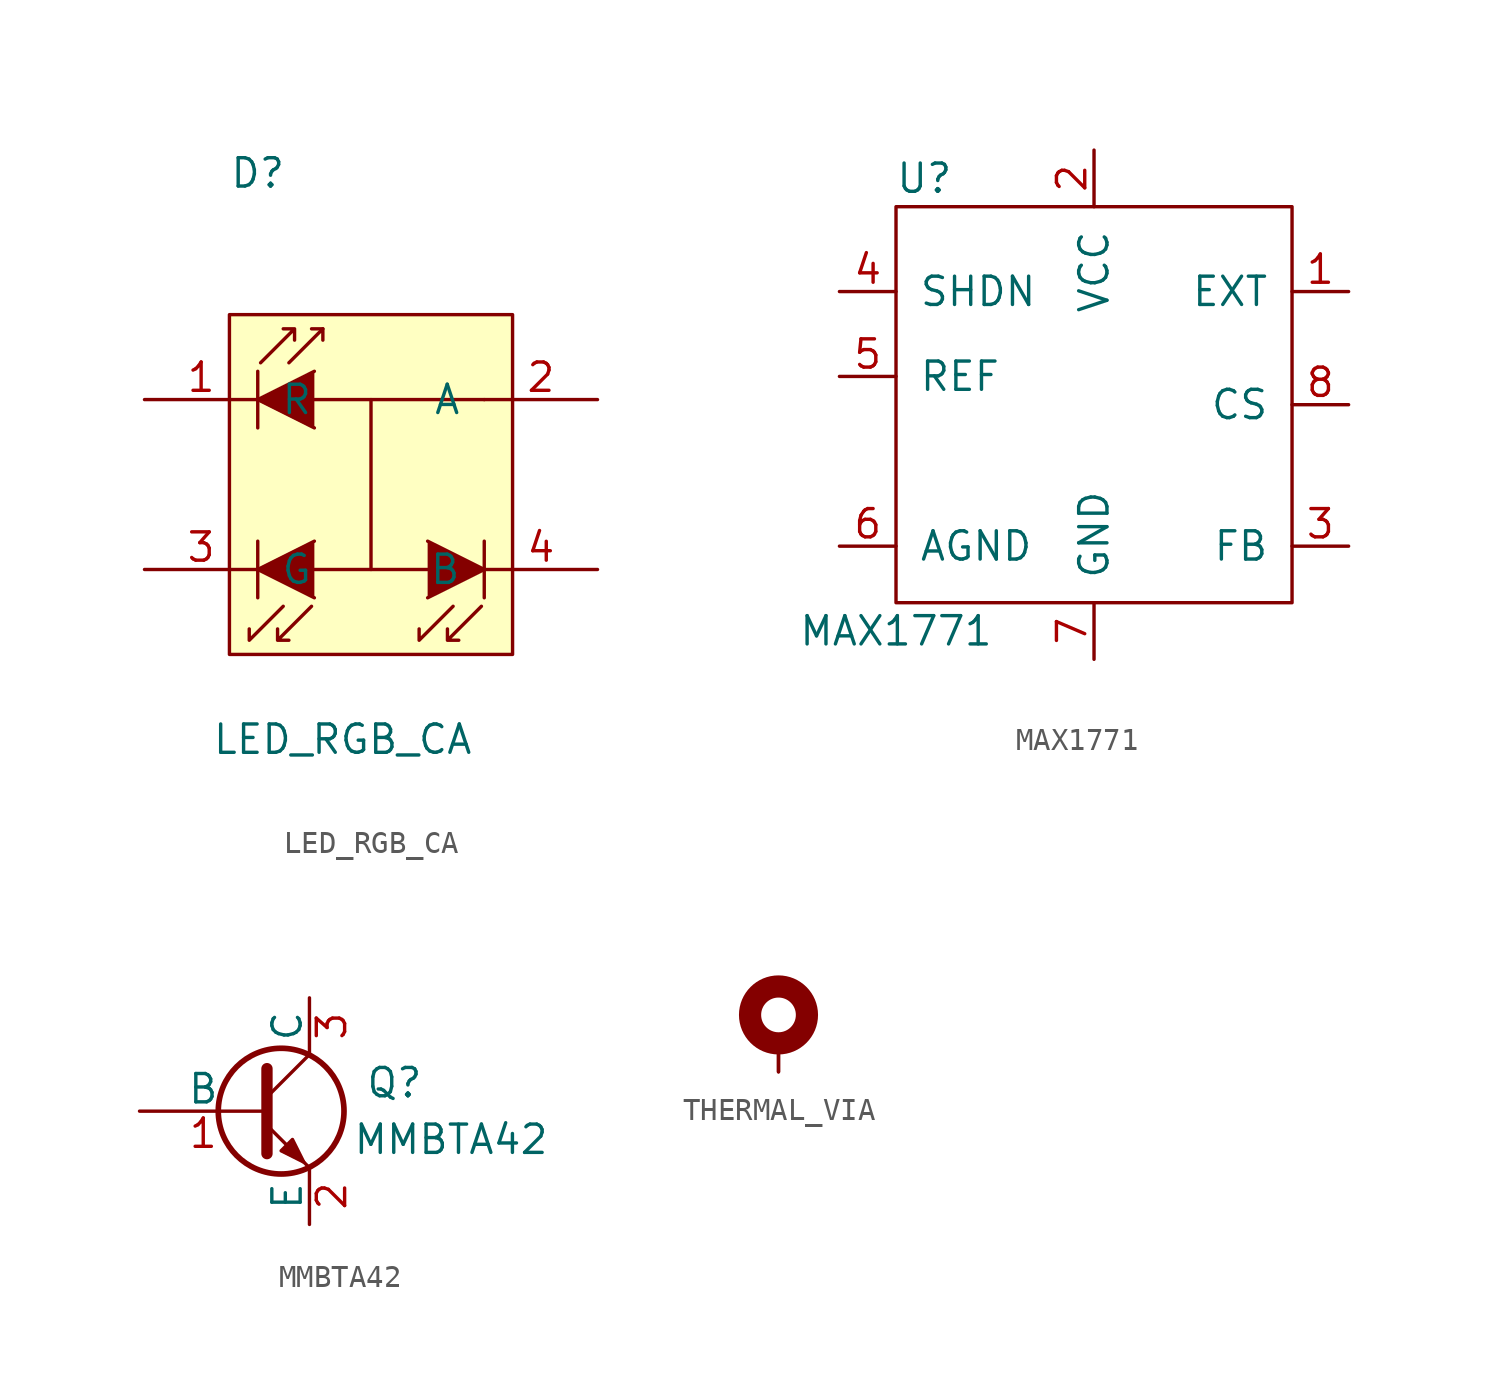
<source format=kicad_sym>
(kicad_symbol_lib
  (version 20211014)
  (generator kicad_symbol_editor)
  (symbol "LED_RGB_CA"
    (pin_names
      (offset 1.016))
    (property "Reference" "D"
      (at -5.08 13.97 0)
      (effects (font (size 1.27 1.27))))
    (property "Value" "LED_RGB_CA"
      (at -1.27 -11.43 0)
      (effects (font (size 1.27 1.27))))
    (symbol "LED_RGB_CA_0_1"
      (polyline (pts (xy 0 -3.81) (xy 0 3.81)) (stroke (width 0) (type default) (color 0 0 0 0)) (fill (type none)))
      (polyline (pts (xy 2.54 -3.81) (xy -2.54 -3.81)) (stroke (width 0) (type default) (color 0 0 0 0)) (fill (type none)))
      (polyline (pts (xy 5.08 3.81) (xy -2.54 3.81)) (stroke (width 0) (type default) (color 0 0 0 0)) (fill (type none)))
      (rectangle (start 6.35 -7.62) (end -6.35 7.62) (stroke (width 0) (type default) (color 0 0 0 0)) (fill (type background))))
    (symbol "LED_RGB_CA_1_1"
      (polyline (pts (xy -5.08 -5.08) (xy -5.08 -2.54)) (stroke (width 0.152) (type default) (color 0 0 0 0)) (fill (type none)))
      (polyline (pts (xy -5.08 5.08) (xy -5.08 2.54)) (stroke (width 0.152) (type default) (color 0 0 0 0)) (fill (type none)))
      (polyline (pts (xy -2.159 6.985) (xy -2.667 6.985)) (stroke (width 0) (type default) (color 0 0 0 0)) (fill (type none)))
      (polyline (pts (xy 5.08 -5.08) (xy 5.08 -2.54)) (stroke (width 0.152) (type default) (color 0 0 0 0)) (fill (type none)))
      (polyline (pts (xy -3.937 -5.461) (xy -5.461 -6.985) (xy -5.461 -6.477)) (stroke (width 0) (type default) (color 0 0 0 0)) (fill (type none)))
      (polyline (pts (xy -3.683 5.461) (xy -2.159 6.985) (xy -2.159 6.477)) (stroke (width 0) (type default) (color 0 0 0 0)) (fill (type none)))
      (polyline (pts (xy -2.54 -5.08) (xy -5.08 -3.81) (xy -2.54 -2.54)) (stroke (width 0) (type default) (color 0 0 0 0)) (fill (type outline)))
      (polyline (pts (xy -2.54 5.08) (xy -5.08 3.81) (xy -2.54 2.54)) (stroke (width 0) (type default) (color 0 0 0 0)) (fill (type outline)))
      (polyline (pts (xy 2.54 -5.08) (xy 5.08 -3.81) (xy 2.54 -2.54)) (stroke (width 0) (type default) (color 0 0 0 0)) (fill (type outline)))
      (polyline (pts (xy 3.683 -5.461) (xy 2.159 -6.985) (xy 2.159 -6.477)) (stroke (width 0) (type default) (color 0 0 0 0)) (fill (type none)))
      (polyline (pts (xy -4.953 5.461) (xy -3.429 6.985) (xy -3.429 6.477) (xy -3.429 6.985) (xy -3.937 6.985)) (stroke (width 0) (type default) (color 0 0 0 0)) (fill (type none)))
      (polyline (pts (xy -2.667 -5.461) (xy -4.191 -6.985) (xy -4.191 -6.477) (xy -4.191 -6.985) (xy -3.683 -6.985)) (stroke (width 0) (type default) (color 0 0 0 0)) (fill (type none)))
      (polyline (pts (xy 4.953 -5.461) (xy 3.429 -6.985) (xy 3.429 -6.477) (xy 3.429 -6.985) (xy 3.937 -6.985)) (stroke (width 0) (type default) (color 0 0 0 0)) (fill (type none)))
      (pin input line (at -10.16 3.81 0) (length 5.08) (name "R" (effects (font (size 1.27 1.27)))) (number "1" (effects (font (size 1.27 1.27)))))
      (pin input line (at 10.16 3.81 180) (length 5.08) (name "A" (effects (font (size 1.27 1.27)))) (number "2" (effects (font (size 1.27 1.27)))))
      (pin input line (at -10.16 -3.81 0) (length 5.08) (name "G" (effects (font (size 1.27 1.27)))) (number "3" (effects (font (size 1.27 1.27)))))
      (pin input line (at 10.16 -3.81 180) (length 5.08) (name "B" (effects (font (size 1.27 1.27)))) (number "4" (effects (font (size 1.27 1.27)))))))
  (symbol "MAX1771"
    (pin_names
      (offset 1.016))
    (property "Reference" "U"
      (at -7.62 10.16 0)
      (effects (font (size 1.27 1.27))))
    (property "Value" "MAX1771"
      (at -8.89 -10.16 0)
      (effects (font (size 1.27 1.27))))
    (symbol "MAX1771_0_1"
      (rectangle (start -8.89 8.89) (end 8.89 -8.89) (stroke (width 0) (type default) (color 0 0 0 0)) (fill (type none))))
    (symbol "MAX1771_1_1"
      (pin output line (at 11.43 5.08 180) (length 2.54) (name "EXT" (effects (font (size 1.27 1.27)))) (number "1" (effects (font (size 1.27 1.27)))))
      (pin power_in line (at 0 11.43 270) (length 2.54) (name "VCC" (effects (font (size 1.27 1.27)))) (number "2" (effects (font (size 1.27 1.27)))))
      (pin input line (at 11.43 -6.35 180) (length 2.54) (name "FB" (effects (font (size 1.27 1.27)))) (number "3" (effects (font (size 1.27 1.27)))))
      (pin input line (at -11.43 5.08 0) (length 2.54) (name "SHDN" (effects (font (size 1.27 1.27)))) (number "4" (effects (font (size 1.27 1.27)))))
      (pin passive line (at -11.43 1.27 0) (length 2.54) (name "REF" (effects (font (size 1.27 1.27)))) (number "5" (effects (font (size 1.27 1.27)))))
      (pin power_in line (at -11.43 -6.35 0) (length 2.54) (name "AGND" (effects (font (size 1.27 1.27)))) (number "6" (effects (font (size 1.27 1.27)))))
      (pin power_in line (at 0 -11.43 90) (length 2.54) (name "GND" (effects (font (size 1.27 1.27)))) (number "7" (effects (font (size 1.27 1.27)))))
      (pin passive line (at 11.43 0 180) (length 2.54) (name "CS" (effects (font (size 1.27 1.27)))) (number "8" (effects (font (size 1.27 1.27)))))))
  (symbol "MMBTA42"
    (pin_names
      (offset 0))
    (property "Reference" "Q"
      (at 6.35 1.27 0)
      (effects (font (size 1.27 1.27))))
    (property "Value" "MMBTA42"
      (at 8.89 -1.27 0)
      (effects (font (size 1.27 1.27))))
    (symbol "MMBTA42_1_1"
      (polyline (pts (xy 0.635 0.635) (xy 2.54 2.54)) (stroke (width 0) (type default) (color 0 0 0 0)) (fill (type none)))
      (polyline (pts (xy 0.635 -0.635) (xy 2.54 -2.54) (xy 2.54 -2.54)) (stroke (width 0) (type default) (color 0 0 0 0)) (fill (type none)))
      (polyline (pts (xy 0.635 1.905) (xy 0.635 -1.905) (xy 0.635 -1.905)) (stroke (width 0.508) (type default) (color 0 0 0 0)) (fill (type none)))
      (polyline (pts (xy 1.27 -1.778) (xy 1.778 -1.27) (xy 2.286 -2.286) (xy 1.27 -1.778) (xy 1.27 -1.778)) (stroke (width 0) (type default) (color 0 0 0 0)) (fill (type outline)))
      (circle (center 1.27 0) (radius 2.819) (stroke (width 0.254) (type default) (color 0 0 0 0)) (fill (type none)))
      (pin passive line (at -5.08 0 0) (length 5.715) (name "B" (effects (font (size 1.27 1.27)))) (number "1" (effects (font (size 1.27 1.27)))))
      (pin passive line (at 2.54 -5.08 90) (length 2.54) (name "E" (effects (font (size 1.27 1.27)))) (number "2" (effects (font (size 1.27 1.27)))))
      (pin passive line (at 2.54 5.08 270) (length 2.54) (name "C" (effects (font (size 1.27 1.27)))) (number "3" (effects (font (size 1.27 1.27)))))))
  (symbol "THERMAL_VIA"
    (pin_numbers hide)
    (pin_names
      (offset 0) hide)
    (property "Reference" ""
      (at -1.27 5.08 0)
      (effects (font (size 1.27 1.27)) hide))
    (symbol "THERMAL_VIA_0_1"
      (circle (center 0 0) (radius 1.27) (stroke (width 0.991) (type default) (color 0 0 0 0)) (fill (type none))))
    (symbol "THERMAL_VIA_1_1"
      (pin unspecified line (at 0 -2.54 90) (length 1.27) (name "~" (effects (font (size 1.27 1.27)))) (number "~" (effects (font (size 1.27 1.27)))))
      (pin unspecified line (at 0 -2.54 90) (length 1.27) (name "~" (effects (font (size 1.27 1.27)))) (number "~" (effects (font (size 1.27 1.27))))))))
</source>
